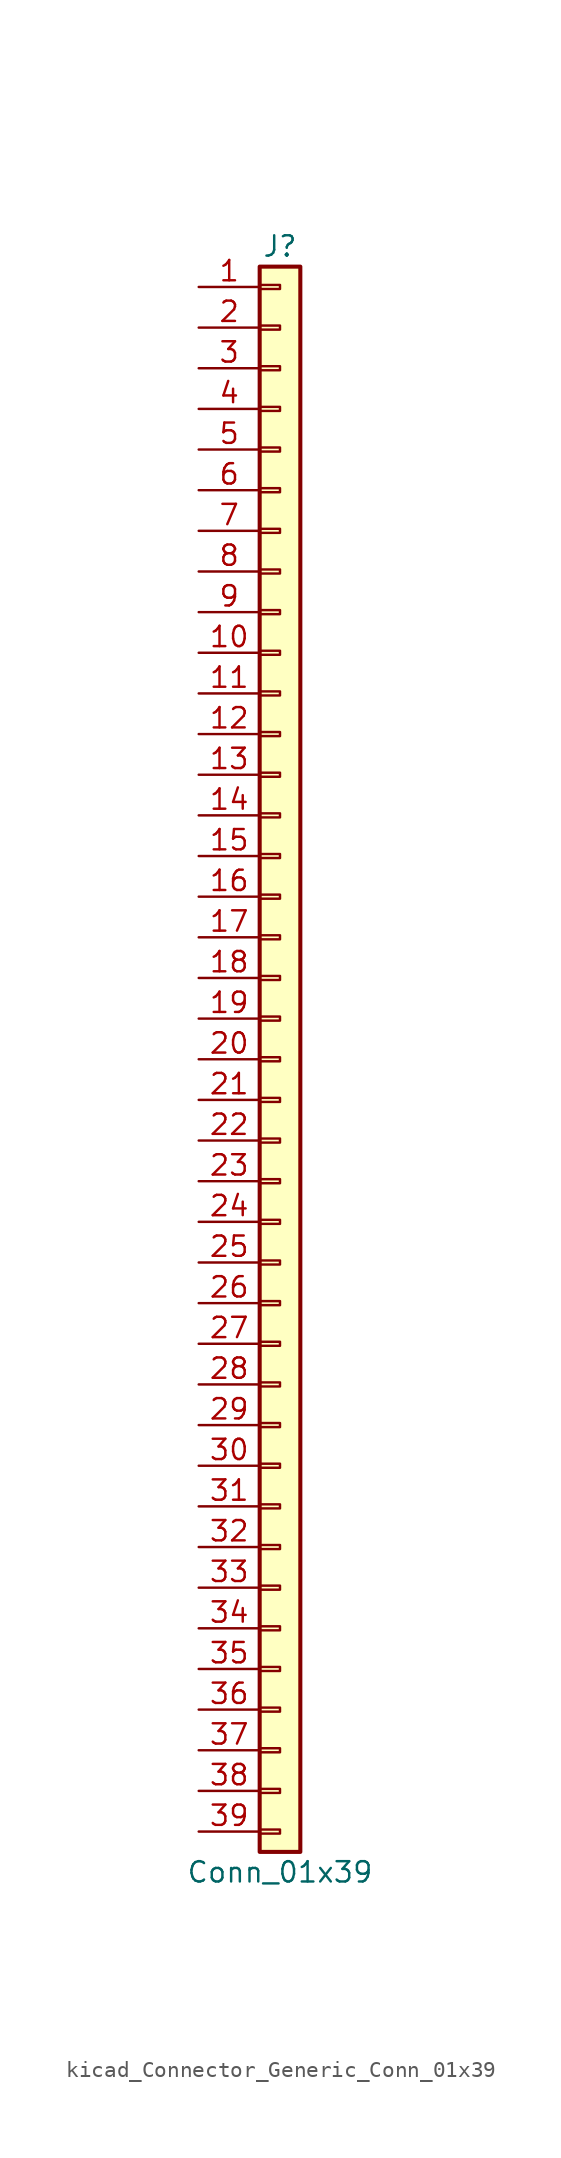
<source format=kicad_sym>
(kicad_symbol_lib
  (version 20220914)
  (generator kicad_symbol_editor)
  (symbol "kicad_Connector_Generic_Conn_01x39"
    (pin_names
      (offset 1.016) hide)
    (property "Reference" "J"
      (at 0 50.8 0)
      (effects (font (size 1.27 1.27))))
    (property "Value" "Conn_01x39"
      (at 0 -50.8 0)
      (effects (font (size 1.27 1.27))))
    (symbol "kicad_Connector_Generic_Conn_01x39_1_1"
      (rectangle (start -1.27 -48.133) (end 0 -48.387) (stroke (width 0.152) (type default)) (fill (type none)))
      (rectangle (start -1.27 -45.593) (end 0 -45.847) (stroke (width 0.152) (type default)) (fill (type none)))
      (rectangle (start -1.27 -43.053) (end 0 -43.307) (stroke (width 0.152) (type default)) (fill (type none)))
      (rectangle (start -1.27 -40.513) (end 0 -40.767) (stroke (width 0.152) (type default)) (fill (type none)))
      (rectangle (start -1.27 -37.973) (end 0 -38.227) (stroke (width 0.152) (type default)) (fill (type none)))
      (rectangle (start -1.27 -35.433) (end 0 -35.687) (stroke (width 0.152) (type default)) (fill (type none)))
      (rectangle (start -1.27 -32.893) (end 0 -33.147) (stroke (width 0.152) (type default)) (fill (type none)))
      (rectangle (start -1.27 -30.353) (end 0 -30.607) (stroke (width 0.152) (type default)) (fill (type none)))
      (rectangle (start -1.27 -27.813) (end 0 -28.067) (stroke (width 0.152) (type default)) (fill (type none)))
      (rectangle (start -1.27 -25.273) (end 0 -25.527) (stroke (width 0.152) (type default)) (fill (type none)))
      (rectangle (start -1.27 -22.733) (end 0 -22.987) (stroke (width 0.152) (type default)) (fill (type none)))
      (rectangle (start -1.27 -20.193) (end 0 -20.447) (stroke (width 0.152) (type default)) (fill (type none)))
      (rectangle (start -1.27 -17.653) (end 0 -17.907) (stroke (width 0.152) (type default)) (fill (type none)))
      (rectangle (start -1.27 -15.113) (end 0 -15.367) (stroke (width 0.152) (type default)) (fill (type none)))
      (rectangle (start -1.27 -12.573) (end 0 -12.827) (stroke (width 0.152) (type default)) (fill (type none)))
      (rectangle (start -1.27 -10.033) (end 0 -10.287) (stroke (width 0.152) (type default)) (fill (type none)))
      (rectangle (start -1.27 -7.493) (end 0 -7.747) (stroke (width 0.152) (type default)) (fill (type none)))
      (rectangle (start -1.27 -4.953) (end 0 -5.207) (stroke (width 0.152) (type default)) (fill (type none)))
      (rectangle (start -1.27 -2.413) (end 0 -2.667) (stroke (width 0.152) (type default)) (fill (type none)))
      (rectangle (start -1.27 0.127) (end 0 -0.127) (stroke (width 0.152) (type default)) (fill (type none)))
      (rectangle (start -1.27 2.667) (end 0 2.413) (stroke (width 0.152) (type default)) (fill (type none)))
      (rectangle (start -1.27 5.207) (end 0 4.953) (stroke (width 0.152) (type default)) (fill (type none)))
      (rectangle (start -1.27 7.747) (end 0 7.493) (stroke (width 0.152) (type default)) (fill (type none)))
      (rectangle (start -1.27 10.287) (end 0 10.033) (stroke (width 0.152) (type default)) (fill (type none)))
      (rectangle (start -1.27 12.827) (end 0 12.573) (stroke (width 0.152) (type default)) (fill (type none)))
      (rectangle (start -1.27 15.367) (end 0 15.113) (stroke (width 0.152) (type default)) (fill (type none)))
      (rectangle (start -1.27 17.907) (end 0 17.653) (stroke (width 0.152) (type default)) (fill (type none)))
      (rectangle (start -1.27 20.447) (end 0 20.193) (stroke (width 0.152) (type default)) (fill (type none)))
      (rectangle (start -1.27 22.987) (end 0 22.733) (stroke (width 0.152) (type default)) (fill (type none)))
      (rectangle (start -1.27 25.527) (end 0 25.273) (stroke (width 0.152) (type default)) (fill (type none)))
      (rectangle (start -1.27 28.067) (end 0 27.813) (stroke (width 0.152) (type default)) (fill (type none)))
      (rectangle (start -1.27 30.607) (end 0 30.353) (stroke (width 0.152) (type default)) (fill (type none)))
      (rectangle (start -1.27 33.147) (end 0 32.893) (stroke (width 0.152) (type default)) (fill (type none)))
      (rectangle (start -1.27 35.687) (end 0 35.433) (stroke (width 0.152) (type default)) (fill (type none)))
      (rectangle (start -1.27 38.227) (end 0 37.973) (stroke (width 0.152) (type default)) (fill (type none)))
      (rectangle (start -1.27 40.767) (end 0 40.513) (stroke (width 0.152) (type default)) (fill (type none)))
      (rectangle (start -1.27 43.307) (end 0 43.053) (stroke (width 0.152) (type default)) (fill (type none)))
      (rectangle (start -1.27 45.847) (end 0 45.593) (stroke (width 0.152) (type default)) (fill (type none)))
      (rectangle (start -1.27 48.387) (end 0 48.133) (stroke (width 0.152) (type default)) (fill (type none)))
      (rectangle (start -1.27 49.53) (end 1.27 -49.53) (stroke (width 0.254) (type default)) (fill (type background)))
      (pin passive line (at -5.08 48.26 0) (length 3.81) (name "Pin_1" (effects (font (size 1.27 1.27)))) (number "1" (effects (font (size 1.27 1.27)))))
      (pin passive line (at -5.08 25.4 0) (length 3.81) (name "Pin_10" (effects (font (size 1.27 1.27)))) (number "10" (effects (font (size 1.27 1.27)))))
      (pin passive line (at -5.08 22.86 0) (length 3.81) (name "Pin_11" (effects (font (size 1.27 1.27)))) (number "11" (effects (font (size 1.27 1.27)))))
      (pin passive line (at -5.08 20.32 0) (length 3.81) (name "Pin_12" (effects (font (size 1.27 1.27)))) (number "12" (effects (font (size 1.27 1.27)))))
      (pin passive line (at -5.08 17.78 0) (length 3.81) (name "Pin_13" (effects (font (size 1.27 1.27)))) (number "13" (effects (font (size 1.27 1.27)))))
      (pin passive line (at -5.08 15.24 0) (length 3.81) (name "Pin_14" (effects (font (size 1.27 1.27)))) (number "14" (effects (font (size 1.27 1.27)))))
      (pin passive line (at -5.08 12.7 0) (length 3.81) (name "Pin_15" (effects (font (size 1.27 1.27)))) (number "15" (effects (font (size 1.27 1.27)))))
      (pin passive line (at -5.08 10.16 0) (length 3.81) (name "Pin_16" (effects (font (size 1.27 1.27)))) (number "16" (effects (font (size 1.27 1.27)))))
      (pin passive line (at -5.08 7.62 0) (length 3.81) (name "Pin_17" (effects (font (size 1.27 1.27)))) (number "17" (effects (font (size 1.27 1.27)))))
      (pin passive line (at -5.08 5.08 0) (length 3.81) (name "Pin_18" (effects (font (size 1.27 1.27)))) (number "18" (effects (font (size 1.27 1.27)))))
      (pin passive line (at -5.08 2.54 0) (length 3.81) (name "Pin_19" (effects (font (size 1.27 1.27)))) (number "19" (effects (font (size 1.27 1.27)))))
      (pin passive line (at -5.08 45.72 0) (length 3.81) (name "Pin_2" (effects (font (size 1.27 1.27)))) (number "2" (effects (font (size 1.27 1.27)))))
      (pin passive line (at -5.08 0 0) (length 3.81) (name "Pin_20" (effects (font (size 1.27 1.27)))) (number "20" (effects (font (size 1.27 1.27)))))
      (pin passive line (at -5.08 -2.54 0) (length 3.81) (name "Pin_21" (effects (font (size 1.27 1.27)))) (number "21" (effects (font (size 1.27 1.27)))))
      (pin passive line (at -5.08 -5.08 0) (length 3.81) (name "Pin_22" (effects (font (size 1.27 1.27)))) (number "22" (effects (font (size 1.27 1.27)))))
      (pin passive line (at -5.08 -7.62 0) (length 3.81) (name "Pin_23" (effects (font (size 1.27 1.27)))) (number "23" (effects (font (size 1.27 1.27)))))
      (pin passive line (at -5.08 -10.16 0) (length 3.81) (name "Pin_24" (effects (font (size 1.27 1.27)))) (number "24" (effects (font (size 1.27 1.27)))))
      (pin passive line (at -5.08 -12.7 0) (length 3.81) (name "Pin_25" (effects (font (size 1.27 1.27)))) (number "25" (effects (font (size 1.27 1.27)))))
      (pin passive line (at -5.08 -15.24 0) (length 3.81) (name "Pin_26" (effects (font (size 1.27 1.27)))) (number "26" (effects (font (size 1.27 1.27)))))
      (pin passive line (at -5.08 -17.78 0) (length 3.81) (name "Pin_27" (effects (font (size 1.27 1.27)))) (number "27" (effects (font (size 1.27 1.27)))))
      (pin passive line (at -5.08 -20.32 0) (length 3.81) (name "Pin_28" (effects (font (size 1.27 1.27)))) (number "28" (effects (font (size 1.27 1.27)))))
      (pin passive line (at -5.08 -22.86 0) (length 3.81) (name "Pin_29" (effects (font (size 1.27 1.27)))) (number "29" (effects (font (size 1.27 1.27)))))
      (pin passive line (at -5.08 43.18 0) (length 3.81) (name "Pin_3" (effects (font (size 1.27 1.27)))) (number "3" (effects (font (size 1.27 1.27)))))
      (pin passive line (at -5.08 -25.4 0) (length 3.81) (name "Pin_30" (effects (font (size 1.27 1.27)))) (number "30" (effects (font (size 1.27 1.27)))))
      (pin passive line (at -5.08 -27.94 0) (length 3.81) (name "Pin_31" (effects (font (size 1.27 1.27)))) (number "31" (effects (font (size 1.27 1.27)))))
      (pin passive line (at -5.08 -30.48 0) (length 3.81) (name "Pin_32" (effects (font (size 1.27 1.27)))) (number "32" (effects (font (size 1.27 1.27)))))
      (pin passive line (at -5.08 -33.02 0) (length 3.81) (name "Pin_33" (effects (font (size 1.27 1.27)))) (number "33" (effects (font (size 1.27 1.27)))))
      (pin passive line (at -5.08 -35.56 0) (length 3.81) (name "Pin_34" (effects (font (size 1.27 1.27)))) (number "34" (effects (font (size 1.27 1.27)))))
      (pin passive line (at -5.08 -38.1 0) (length 3.81) (name "Pin_35" (effects (font (size 1.27 1.27)))) (number "35" (effects (font (size 1.27 1.27)))))
      (pin passive line (at -5.08 -40.64 0) (length 3.81) (name "Pin_36" (effects (font (size 1.27 1.27)))) (number "36" (effects (font (size 1.27 1.27)))))
      (pin passive line (at -5.08 -43.18 0) (length 3.81) (name "Pin_37" (effects (font (size 1.27 1.27)))) (number "37" (effects (font (size 1.27 1.27)))))
      (pin passive line (at -5.08 -45.72 0) (length 3.81) (name "Pin_38" (effects (font (size 1.27 1.27)))) (number "38" (effects (font (size 1.27 1.27)))))
      (pin passive line (at -5.08 -48.26 0) (length 3.81) (name "Pin_39" (effects (font (size 1.27 1.27)))) (number "39" (effects (font (size 1.27 1.27)))))
      (pin passive line (at -5.08 40.64 0) (length 3.81) (name "Pin_4" (effects (font (size 1.27 1.27)))) (number "4" (effects (font (size 1.27 1.27)))))
      (pin passive line (at -5.08 38.1 0) (length 3.81) (name "Pin_5" (effects (font (size 1.27 1.27)))) (number "5" (effects (font (size 1.27 1.27)))))
      (pin passive line (at -5.08 35.56 0) (length 3.81) (name "Pin_6" (effects (font (size 1.27 1.27)))) (number "6" (effects (font (size 1.27 1.27)))))
      (pin passive line (at -5.08 33.02 0) (length 3.81) (name "Pin_7" (effects (font (size 1.27 1.27)))) (number "7" (effects (font (size 1.27 1.27)))))
      (pin passive line (at -5.08 30.48 0) (length 3.81) (name "Pin_8" (effects (font (size 1.27 1.27)))) (number "8" (effects (font (size 1.27 1.27)))))
      (pin passive line (at -5.08 27.94 0) (length 3.81) (name "Pin_9" (effects (font (size 1.27 1.27)))) (number "9" (effects (font (size 1.27 1.27))))))))
</source>
